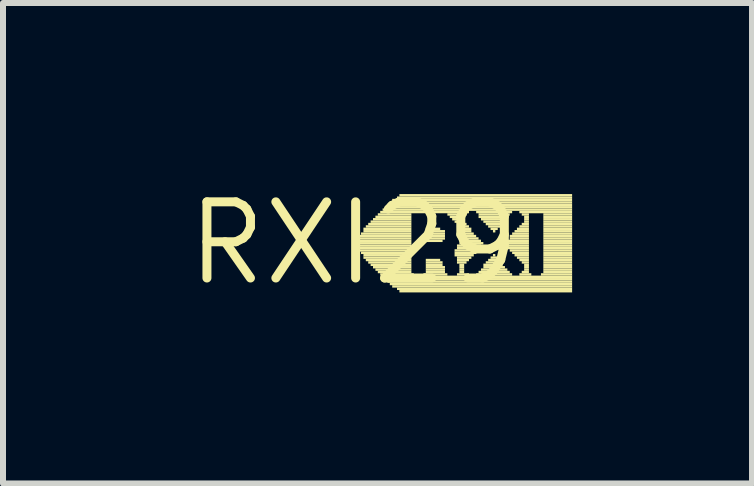
<source format=kicad_pcb>
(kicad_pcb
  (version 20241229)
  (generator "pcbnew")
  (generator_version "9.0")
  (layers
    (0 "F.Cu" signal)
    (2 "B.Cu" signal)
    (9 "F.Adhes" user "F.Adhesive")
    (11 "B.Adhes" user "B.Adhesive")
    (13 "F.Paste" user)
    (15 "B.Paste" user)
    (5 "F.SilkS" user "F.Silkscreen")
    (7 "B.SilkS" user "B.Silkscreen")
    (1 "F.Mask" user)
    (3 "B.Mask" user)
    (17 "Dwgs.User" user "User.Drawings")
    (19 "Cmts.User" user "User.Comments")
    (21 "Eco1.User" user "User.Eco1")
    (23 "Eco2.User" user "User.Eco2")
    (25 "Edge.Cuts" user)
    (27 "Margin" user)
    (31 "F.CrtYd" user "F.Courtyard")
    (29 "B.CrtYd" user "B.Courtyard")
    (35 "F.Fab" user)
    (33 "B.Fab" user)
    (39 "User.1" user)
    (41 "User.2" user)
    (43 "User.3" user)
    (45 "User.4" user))
  (footprint "RXI29"
    (layer "F.Cu")
    (at 2.85 1.006)
    (property "Reference" "RXI29" (at 0 0 0) (layer "F.SilkS") (effects (font (size 1.27 1.27) (thickness 0.15))))
    (attr through_hole)
    (fp_poly (pts (xy 0.08 -0.1) (xy 0.96 -0.1) (xy 0.96 -0.14) (xy 0.08 -0.14)) (stroke (width 0) (type solid)) (fill yes) (layer "F.SilkS"))
    (fp_poly (pts (xy 0.08 -0.06) (xy 0.96 -0.06) (xy 0.96 -0.1) (xy 0.08 -0.1)) (stroke (width 0) (type solid)) (fill yes) (layer "F.SilkS"))
    (fp_poly (pts (xy 0.08 -0.02) (xy 0.96 -0.02) (xy 0.96 -0.06) (xy 0.08 -0.06)) (stroke (width 0) (type solid)) (fill yes) (layer "F.SilkS"))
    (fp_poly (pts (xy 0.08 0.02) (xy 0.96 0.02) (xy 0.96 -0.02) (xy 0.08 -0.02)) (stroke (width 0) (type solid)) (fill yes) (layer "F.SilkS"))
    (fp_poly (pts (xy 0.08 0.06) (xy 0.96 0.06) (xy 0.96 0.02) (xy 0.08 0.02)) (stroke (width 0) (type solid)) (fill yes) (layer "F.SilkS"))
    (fp_poly (pts (xy 0.08 0.1) (xy 0.96 0.1) (xy 0.96 0.06) (xy 0.08 0.06)) (stroke (width 0) (type solid)) (fill yes) (layer "F.SilkS"))
    (fp_poly (pts (xy 0.08 0.14) (xy 0.96 0.14) (xy 0.96 0.1) (xy 0.08 0.1)) (stroke (width 0) (type solid)) (fill yes) (layer "F.SilkS"))
    (fp_poly (pts (xy 0.12 -0.14) (xy 0.96 -0.14) (xy 0.96 -0.18) (xy 0.12 -0.18)) (stroke (width 0) (type solid)) (fill yes) (layer "F.SilkS"))
    (fp_poly (pts (xy 0.12 0.18) (xy 0.96 0.18) (xy 0.96 0.14) (xy 0.12 0.14)) (stroke (width 0) (type solid)) (fill yes) (layer "F.SilkS"))
    (fp_poly (pts (xy 0.16 -0.22) (xy 0.96 -0.22) (xy 0.96 -0.26) (xy 0.16 -0.26)) (stroke (width 0) (type solid)) (fill yes) (layer "F.SilkS"))
    (fp_poly (pts (xy 0.16 -0.18) (xy 0.96 -0.18) (xy 0.96 -0.22) (xy 0.16 -0.22)) (stroke (width 0) (type solid)) (fill yes) (layer "F.SilkS"))
    (fp_poly (pts (xy 0.16 0.22) (xy 0.96 0.22) (xy 0.96 0.18) (xy 0.16 0.18)) (stroke (width 0) (type solid)) (fill yes) (layer "F.SilkS"))
    (fp_poly (pts (xy 0.16 0.26) (xy 0.96 0.26) (xy 0.96 0.22) (xy 0.16 0.22)) (stroke (width 0) (type solid)) (fill yes) (layer "F.SilkS"))
    (fp_poly (pts (xy 0.2 -0.26) (xy 0.96 -0.26) (xy 0.96 -0.3) (xy 0.2 -0.3)) (stroke (width 0) (type solid)) (fill yes) (layer "F.SilkS"))
    (fp_poly (pts (xy 0.2 0.3) (xy 0.96 0.3) (xy 0.96 0.26) (xy 0.2 0.26)) (stroke (width 0) (type solid)) (fill yes) (layer "F.SilkS"))
    (fp_poly (pts (xy 0.24 -0.3) (xy 0.96 -0.3) (xy 0.96 -0.34) (xy 0.24 -0.34)) (stroke (width 0) (type solid)) (fill yes) (layer "F.SilkS"))
    (fp_poly (pts (xy 0.24 0.34) (xy 0.96 0.34) (xy 0.96 0.3) (xy 0.24 0.3)) (stroke (width 0) (type solid)) (fill yes) (layer "F.SilkS"))
    (fp_poly (pts (xy 0.28 -0.34) (xy 0.96 -0.34) (xy 0.96 -0.38) (xy 0.28 -0.38)) (stroke (width 0) (type solid)) (fill yes) (layer "F.SilkS"))
    (fp_poly (pts (xy 0.28 0.38) (xy 0.96 0.38) (xy 0.96 0.34) (xy 0.28 0.34)) (stroke (width 0) (type solid)) (fill yes) (layer "F.SilkS"))
    (fp_poly (pts (xy 0.32 -0.38) (xy 0.96 -0.38) (xy 0.96 -0.42) (xy 0.32 -0.42)) (stroke (width 0) (type solid)) (fill yes) (layer "F.SilkS"))
    (fp_poly (pts (xy 0.32 0.42) (xy 0.96 0.42) (xy 0.96 0.38) (xy 0.32 0.38)) (stroke (width 0) (type solid)) (fill yes) (layer "F.SilkS"))
    (fp_poly (pts (xy 0.36 -0.42) (xy 0.96 -0.42) (xy 0.96 -0.46) (xy 0.36 -0.46)) (stroke (width 0) (type solid)) (fill yes) (layer "F.SilkS"))
    (fp_poly (pts (xy 0.36 0.46) (xy 0.96 0.46) (xy 0.96 0.42) (xy 0.36 0.42)) (stroke (width 0) (type solid)) (fill yes) (layer "F.SilkS"))
    (fp_poly (pts (xy 0.4 -0.46) (xy 0.96 -0.46) (xy 0.96 -0.5) (xy 0.4 -0.5)) (stroke (width 0) (type solid)) (fill yes) (layer "F.SilkS"))
    (fp_poly (pts (xy 0.4 0.5) (xy 0.96 0.5) (xy 0.96 0.46) (xy 0.4 0.46)) (stroke (width 0) (type solid)) (fill yes) (layer "F.SilkS"))
    (fp_poly (pts (xy 0.44 -0.5) (xy 1.92 -0.5) (xy 1.92 -0.54) (xy 0.44 -0.54)) (stroke (width 0) (type solid)) (fill yes) (layer "F.SilkS"))
    (fp_poly (pts (xy 0.44 0.54) (xy 1 0.54) (xy 1 0.5) (xy 0.44 0.5)) (stroke (width 0) (type solid)) (fill yes) (layer "F.SilkS"))
    (fp_poly (pts (xy 0.48 -0.54) (xy 3.64 -0.54) (xy 3.64 -0.58) (xy 0.48 -0.58)) (stroke (width 0) (type solid)) (fill yes) (layer "F.SilkS"))
    (fp_poly (pts (xy 0.48 0.58) (xy 3.64 0.58) (xy 3.64 0.54) (xy 0.48 0.54)) (stroke (width 0) (type solid)) (fill yes) (layer "F.SilkS"))
    (fp_poly (pts (xy 0.52 -0.58) (xy 3.64 -0.58) (xy 3.64 -0.62) (xy 0.52 -0.62)) (stroke (width 0) (type solid)) (fill yes) (layer "F.SilkS"))
    (fp_poly (pts (xy 0.52 0.62) (xy 3.64 0.62) (xy 3.64 0.58) (xy 0.52 0.58)) (stroke (width 0) (type solid)) (fill yes) (layer "F.SilkS"))
    (fp_poly (pts (xy 0.56 -0.62) (xy 3.64 -0.62) (xy 3.64 -0.66) (xy 0.56 -0.66)) (stroke (width 0) (type solid)) (fill yes) (layer "F.SilkS"))
    (fp_poly (pts (xy 0.56 0.66) (xy 3.64 0.66) (xy 3.64 0.62) (xy 0.56 0.62)) (stroke (width 0) (type solid)) (fill yes) (layer "F.SilkS"))
    (fp_poly (pts (xy 0.6 -0.66) (xy 3.64 -0.66) (xy 3.64 -0.7) (xy 0.6 -0.7)) (stroke (width 0) (type solid)) (fill yes) (layer "F.SilkS"))
    (fp_poly (pts (xy 0.6 0.7) (xy 3.64 0.7) (xy 3.64 0.66) (xy 0.6 0.66)) (stroke (width 0) (type solid)) (fill yes) (layer "F.SilkS"))
    (fp_poly (pts (xy 0.64 -0.7) (xy 3.64 -0.7) (xy 3.64 -0.74) (xy 0.64 -0.74)) (stroke (width 0) (type solid)) (fill yes) (layer "F.SilkS"))
    (fp_poly (pts (xy 0.64 0.74) (xy 3.64 0.74) (xy 3.64 0.7) (xy 0.64 0.7)) (stroke (width 0) (type solid)) (fill yes) (layer "F.SilkS"))
    (fp_poly (pts (xy 0.72 -0.74) (xy 3.64 -0.74) (xy 3.64 -0.78) (xy 0.72 -0.78)) (stroke (width 0) (type solid)) (fill yes) (layer "F.SilkS"))
    (fp_poly (pts (xy 0.72 0.78) (xy 3.64 0.78) (xy 3.64 0.74) (xy 0.72 0.74)) (stroke (width 0) (type solid)) (fill yes) (layer "F.SilkS"))
    (fp_poly (pts (xy 0.76 -0.78) (xy 3.64 -0.78) (xy 3.64 -0.82) (xy 0.76 -0.82)) (stroke (width 0) (type solid)) (fill yes) (layer "F.SilkS"))
    (fp_poly (pts (xy 0.76 0.82) (xy 3.64 0.82) (xy 3.64 0.78) (xy 0.76 0.78)) (stroke (width 0) (type solid)) (fill yes) (layer "F.SilkS"))
    (fp_poly (pts (xy 1.16 0.54) (xy 1.56 0.54) (xy 1.56 0.5) (xy 1.16 0.5)) (stroke (width 0) (type solid)) (fill yes) (layer "F.SilkS"))
    (fp_poly (pts (xy 1.2 -0.22) (xy 1.44 -0.22) (xy 1.44 -0.26) (xy 1.2 -0.26)) (stroke (width 0) (type solid)) (fill yes) (layer "F.SilkS"))
    (fp_poly (pts (xy 1.2 -0.18) (xy 1.52 -0.18) (xy 1.52 -0.22) (xy 1.2 -0.22)) (stroke (width 0) (type solid)) (fill yes) (layer "F.SilkS"))
    (fp_poly (pts (xy 1.2 -0.14) (xy 1.52 -0.14) (xy 1.52 -0.18) (xy 1.2 -0.18)) (stroke (width 0) (type solid)) (fill yes) (layer "F.SilkS"))
    (fp_poly (pts (xy 1.2 -0.1) (xy 1.52 -0.1) (xy 1.52 -0.14) (xy 1.2 -0.14)) (stroke (width 0) (type solid)) (fill yes) (layer "F.SilkS"))
    (fp_poly (pts (xy 1.2 -0.06) (xy 1.52 -0.06) (xy 1.52 -0.1) (xy 1.2 -0.1)) (stroke (width 0) (type solid)) (fill yes) (layer "F.SilkS"))
    (fp_poly (pts (xy 1.2 -0.02) (xy 1.48 -0.02) (xy 1.48 -0.06) (xy 1.2 -0.06)) (stroke (width 0) (type solid)) (fill yes) (layer "F.SilkS"))
    (fp_poly (pts (xy 1.2 0.3) (xy 1.44 0.3) (xy 1.44 0.26) (xy 1.2 0.26)) (stroke (width 0) (type solid)) (fill yes) (layer "F.SilkS"))
    (fp_poly (pts (xy 1.2 0.34) (xy 1.48 0.34) (xy 1.48 0.3) (xy 1.2 0.3)) (stroke (width 0) (type solid)) (fill yes) (layer "F.SilkS"))
    (fp_poly (pts (xy 1.2 0.38) (xy 1.48 0.38) (xy 1.48 0.34) (xy 1.2 0.34)) (stroke (width 0) (type solid)) (fill yes) (layer "F.SilkS"))
    (fp_poly (pts (xy 1.2 0.42) (xy 1.52 0.42) (xy 1.52 0.38) (xy 1.2 0.38)) (stroke (width 0) (type solid)) (fill yes) (layer "F.SilkS"))
    (fp_poly (pts (xy 1.2 0.46) (xy 1.52 0.46) (xy 1.52 0.42) (xy 1.2 0.42)) (stroke (width 0) (type solid)) (fill yes) (layer "F.SilkS"))
    (fp_poly (pts (xy 1.2 0.5) (xy 1.52 0.5) (xy 1.52 0.46) (xy 1.2 0.46)) (stroke (width 0) (type solid)) (fill yes) (layer "F.SilkS"))
    (fp_poly (pts (xy 1.56 -0.46) (xy 1.88 -0.46) (xy 1.88 -0.5) (xy 1.56 -0.5)) (stroke (width 0) (type solid)) (fill yes) (layer "F.SilkS"))
    (fp_poly (pts (xy 1.6 -0.42) (xy 1.84 -0.42) (xy 1.84 -0.46) (xy 1.6 -0.46)) (stroke (width 0) (type solid)) (fill yes) (layer "F.SilkS"))
    (fp_poly (pts (xy 1.64 -0.38) (xy 1.84 -0.38) (xy 1.84 -0.42) (xy 1.64 -0.42)) (stroke (width 0) (type solid)) (fill yes) (layer "F.SilkS"))
    (fp_poly (pts (xy 1.68 -0.34) (xy 1.84 -0.34) (xy 1.84 -0.38) (xy 1.68 -0.38)) (stroke (width 0) (type solid)) (fill yes) (layer "F.SilkS"))
    (fp_poly (pts (xy 1.68 0.14) (xy 2.08 0.14) (xy 2.08 0.1) (xy 1.68 0.1)) (stroke (width 0) (type solid)) (fill yes) (layer "F.SilkS"))
    (fp_poly (pts (xy 1.68 0.18) (xy 2.04 0.18) (xy 2.04 0.14) (xy 1.68 0.14)) (stroke (width 0) (type solid)) (fill yes) (layer "F.SilkS"))
    (fp_poly (pts (xy 1.68 0.22) (xy 2 0.22) (xy 2 0.18) (xy 1.68 0.18)) (stroke (width 0) (type solid)) (fill yes) (layer "F.SilkS"))
    (fp_poly (pts (xy 1.72 -0.3) (xy 1.88 -0.3) (xy 1.88 -0.34) (xy 1.72 -0.34)) (stroke (width 0) (type solid)) (fill yes) (layer "F.SilkS"))
    (fp_poly (pts (xy 1.72 -0.26) (xy 1.92 -0.26) (xy 1.92 -0.3) (xy 1.72 -0.3)) (stroke (width 0) (type solid)) (fill yes) (layer "F.SilkS"))
    (fp_poly (pts (xy 1.72 0.06) (xy 2.12 0.06) (xy 2.12 0.02) (xy 1.72 0.02)) (stroke (width 0) (type solid)) (fill yes) (layer "F.SilkS"))
    (fp_poly (pts (xy 1.72 0.1) (xy 2.08 0.1) (xy 2.08 0.06) (xy 1.72 0.06)) (stroke (width 0) (type solid)) (fill yes) (layer "F.SilkS"))
    (fp_poly (pts (xy 1.72 0.26) (xy 1.96 0.26) (xy 1.96 0.22) (xy 1.72 0.22)) (stroke (width 0) (type solid)) (fill yes) (layer "F.SilkS"))
    (fp_poly (pts (xy 1.72 0.3) (xy 1.92 0.3) (xy 1.92 0.26) (xy 1.72 0.26)) (stroke (width 0) (type solid)) (fill yes) (layer "F.SilkS"))
    (fp_poly (pts (xy 1.72 0.34) (xy 1.88 0.34) (xy 1.88 0.3) (xy 1.72 0.3)) (stroke (width 0) (type solid)) (fill yes) (layer "F.SilkS"))
    (fp_poly (pts (xy 1.72 0.54) (xy 1.92 0.54) (xy 1.92 0.5) (xy 1.72 0.5)) (stroke (width 0) (type solid)) (fill yes) (layer "F.SilkS"))
    (fp_poly (pts (xy 1.76 -0.22) (xy 1.96 -0.22) (xy 1.96 -0.26) (xy 1.76 -0.26)) (stroke (width 0) (type solid)) (fill yes) (layer "F.SilkS"))
    (fp_poly (pts (xy 1.76 -0.18) (xy 1.96 -0.18) (xy 1.96 -0.22) (xy 1.76 -0.22)) (stroke (width 0) (type solid)) (fill yes) (layer "F.SilkS"))
    (fp_poly (pts (xy 1.76 -0.14) (xy 2 -0.14) (xy 2 -0.18) (xy 1.76 -0.18)) (stroke (width 0) (type solid)) (fill yes) (layer "F.SilkS"))
    (fp_poly (pts (xy 1.76 -0.1) (xy 2.04 -0.1) (xy 2.04 -0.14) (xy 1.76 -0.14)) (stroke (width 0) (type solid)) (fill yes) (layer "F.SilkS"))
    (fp_poly (pts (xy 1.76 -0.06) (xy 2.08 -0.06) (xy 2.08 -0.1) (xy 1.76 -0.1)) (stroke (width 0) (type solid)) (fill yes) (layer "F.SilkS"))
    (fp_poly (pts (xy 1.76 -0.02) (xy 2.12 -0.02) (xy 2.12 -0.06) (xy 1.76 -0.06)) (stroke (width 0) (type solid)) (fill yes) (layer "F.SilkS"))
    (fp_poly (pts (xy 1.76 0.02) (xy 2.16 0.02) (xy 2.16 -0.02) (xy 1.76 -0.02)) (stroke (width 0) (type solid)) (fill yes) (layer "F.SilkS"))
    (fp_poly (pts (xy 1.76 0.38) (xy 1.84 0.38) (xy 1.84 0.34) (xy 1.76 0.34)) (stroke (width 0) (type solid)) (fill yes) (layer "F.SilkS"))
    (fp_poly (pts (xy 1.76 0.42) (xy 1.84 0.42) (xy 1.84 0.38) (xy 1.76 0.38)) (stroke (width 0) (type solid)) (fill yes) (layer "F.SilkS"))
    (fp_poly (pts (xy 1.76 0.46) (xy 1.84 0.46) (xy 1.84 0.42) (xy 1.76 0.42)) (stroke (width 0) (type solid)) (fill yes) (layer "F.SilkS"))
    (fp_poly (pts (xy 1.76 0.5) (xy 1.84 0.5) (xy 1.84 0.46) (xy 1.76 0.46)) (stroke (width 0) (type solid)) (fill yes) (layer "F.SilkS"))
    (fp_poly (pts (xy 2.04 -0.5) (xy 2.64 -0.5) (xy 2.64 -0.54) (xy 2.04 -0.54)) (stroke (width 0) (type solid)) (fill yes) (layer "F.SilkS"))
    (fp_poly (pts (xy 2.04 0.54) (xy 2.64 0.54) (xy 2.64 0.5) (xy 2.04 0.5)) (stroke (width 0) (type solid)) (fill yes) (layer "F.SilkS"))
    (fp_poly (pts (xy 2.08 -0.46) (xy 2.6 -0.46) (xy 2.6 -0.5) (xy 2.08 -0.5)) (stroke (width 0) (type solid)) (fill yes) (layer "F.SilkS"))
    (fp_poly (pts (xy 2.08 -0.42) (xy 2.56 -0.42) (xy 2.56 -0.46) (xy 2.08 -0.46)) (stroke (width 0) (type solid)) (fill yes) (layer "F.SilkS"))
    (fp_poly (pts (xy 2.08 0.5) (xy 2.6 0.5) (xy 2.6 0.46) (xy 2.08 0.46)) (stroke (width 0) (type solid)) (fill yes) (layer "F.SilkS"))
    (fp_poly (pts (xy 2.12 -0.38) (xy 2.52 -0.38) (xy 2.52 -0.42) (xy 2.12 -0.42)) (stroke (width 0) (type solid)) (fill yes) (layer "F.SilkS"))
    (fp_poly (pts (xy 2.12 0.46) (xy 2.56 0.46) (xy 2.56 0.42) (xy 2.12 0.42)) (stroke (width 0) (type solid)) (fill yes) (layer "F.SilkS"))
    (fp_poly (pts (xy 2.16 -0.34) (xy 2.52 -0.34) (xy 2.52 -0.38) (xy 2.16 -0.38)) (stroke (width 0) (type solid)) (fill yes) (layer "F.SilkS"))
    (fp_poly (pts (xy 2.16 0.38) (xy 2.48 0.38) (xy 2.48 0.34) (xy 2.16 0.34)) (stroke (width 0) (type solid)) (fill yes) (layer "F.SilkS"))
    (fp_poly (pts (xy 2.16 0.42) (xy 2.52 0.42) (xy 2.52 0.38) (xy 2.16 0.38)) (stroke (width 0) (type solid)) (fill yes) (layer "F.SilkS"))
    (fp_poly (pts (xy 2.2 -0.3) (xy 2.48 -0.3) (xy 2.48 -0.34) (xy 2.2 -0.34)) (stroke (width 0) (type solid)) (fill yes) (layer "F.SilkS"))
    (fp_poly (pts (xy 2.2 0.34) (xy 2.44 0.34) (xy 2.44 0.3) (xy 2.2 0.3)) (stroke (width 0) (type solid)) (fill yes) (layer "F.SilkS"))
    (fp_poly (pts (xy 2.24 -0.26) (xy 2.44 -0.26) (xy 2.44 -0.3) (xy 2.24 -0.3)) (stroke (width 0) (type solid)) (fill yes) (layer "F.SilkS"))
    (fp_poly (pts (xy 2.24 0.3) (xy 2.44 0.3) (xy 2.44 0.26) (xy 2.24 0.26)) (stroke (width 0) (type solid)) (fill yes) (layer "F.SilkS"))
    (fp_poly (pts (xy 2.28 -0.22) (xy 2.4 -0.22) (xy 2.4 -0.26) (xy 2.28 -0.26)) (stroke (width 0) (type solid)) (fill yes) (layer "F.SilkS"))
    (fp_poly (pts (xy 2.28 0.26) (xy 2.4 0.26) (xy 2.4 0.22) (xy 2.28 0.22)) (stroke (width 0) (type solid)) (fill yes) (layer "F.SilkS"))
    (fp_poly (pts (xy 2.32 -0.18) (xy 2.36 -0.18) (xy 2.36 -0.22) (xy 2.32 -0.22)) (stroke (width 0) (type solid)) (fill yes) (layer "F.SilkS"))
    (fp_poly (pts (xy 2.32 0.22) (xy 2.36 0.22) (xy 2.36 0.18) (xy 2.32 0.18)) (stroke (width 0) (type solid)) (fill yes) (layer "F.SilkS"))
    (fp_poly (pts (xy 2.52 0.02) (xy 2.92 0.02) (xy 2.92 -0.02) (xy 2.52 -0.02)) (stroke (width 0) (type solid)) (fill yes) (layer "F.SilkS"))
    (fp_poly (pts (xy 2.52 0.06) (xy 2.92 0.06) (xy 2.92 0.02) (xy 2.52 0.02)) (stroke (width 0) (type solid)) (fill yes) (layer "F.SilkS"))
    (fp_poly (pts (xy 2.56 -0.02) (xy 2.92 -0.02) (xy 2.92 -0.06) (xy 2.56 -0.06)) (stroke (width 0) (type solid)) (fill yes) (layer "F.SilkS"))
    (fp_poly (pts (xy 2.56 0.1) (xy 2.92 0.1) (xy 2.92 0.06) (xy 2.56 0.06)) (stroke (width 0) (type solid)) (fill yes) (layer "F.SilkS"))
    (fp_poly (pts (xy 2.6 -0.1) (xy 2.92 -0.1) (xy 2.92 -0.14) (xy 2.6 -0.14)) (stroke (width 0) (type solid)) (fill yes) (layer "F.SilkS"))
    (fp_poly (pts (xy 2.6 -0.06) (xy 2.92 -0.06) (xy 2.92 -0.1) (xy 2.6 -0.1)) (stroke (width 0) (type solid)) (fill yes) (layer "F.SilkS"))
    (fp_poly (pts (xy 2.6 0.14) (xy 2.92 0.14) (xy 2.92 0.1) (xy 2.6 0.1)) (stroke (width 0) (type solid)) (fill yes) (layer "F.SilkS"))
    (fp_poly (pts (xy 2.64 -0.14) (xy 2.92 -0.14) (xy 2.92 -0.18) (xy 2.64 -0.18)) (stroke (width 0) (type solid)) (fill yes) (layer "F.SilkS"))
    (fp_poly (pts (xy 2.64 0.18) (xy 2.92 0.18) (xy 2.92 0.14) (xy 2.64 0.14)) (stroke (width 0) (type solid)) (fill yes) (layer "F.SilkS"))
    (fp_poly (pts (xy 2.68 -0.18) (xy 2.92 -0.18) (xy 2.92 -0.22) (xy 2.68 -0.22)) (stroke (width 0) (type solid)) (fill yes) (layer "F.SilkS"))
    (fp_poly (pts (xy 2.68 0.22) (xy 2.92 0.22) (xy 2.92 0.18) (xy 2.68 0.18)) (stroke (width 0) (type solid)) (fill yes) (layer "F.SilkS"))
    (fp_poly (pts (xy 2.72 -0.22) (xy 2.92 -0.22) (xy 2.92 -0.26) (xy 2.72 -0.26)) (stroke (width 0) (type solid)) (fill yes) (layer "F.SilkS"))
    (fp_poly (pts (xy 2.72 0.26) (xy 2.92 0.26) (xy 2.92 0.22) (xy 2.72 0.22)) (stroke (width 0) (type solid)) (fill yes) (layer "F.SilkS"))
    (fp_poly (pts (xy 2.76 -0.5) (xy 3.64 -0.5) (xy 3.64 -0.54) (xy 2.76 -0.54)) (stroke (width 0) (type solid)) (fill yes) (layer "F.SilkS"))
    (fp_poly (pts (xy 2.76 -0.26) (xy 2.92 -0.26) (xy 2.92 -0.3) (xy 2.76 -0.3)) (stroke (width 0) (type solid)) (fill yes) (layer "F.SilkS"))
    (fp_poly (pts (xy 2.76 0.3) (xy 2.92 0.3) (xy 2.92 0.26) (xy 2.76 0.26)) (stroke (width 0) (type solid)) (fill yes) (layer "F.SilkS"))
    (fp_poly (pts (xy 2.76 0.54) (xy 2.96 0.54) (xy 2.96 0.5) (xy 2.76 0.5)) (stroke (width 0) (type solid)) (fill yes) (layer "F.SilkS"))
    (fp_poly (pts (xy 2.8 -0.46) (xy 2.92 -0.46) (xy 2.92 -0.5) (xy 2.8 -0.5)) (stroke (width 0) (type solid)) (fill yes) (layer "F.SilkS"))
    (fp_poly (pts (xy 2.8 -0.3) (xy 2.92 -0.3) (xy 2.92 -0.34) (xy 2.8 -0.34)) (stroke (width 0) (type solid)) (fill yes) (layer "F.SilkS"))
    (fp_poly (pts (xy 2.8 0.34) (xy 2.92 0.34) (xy 2.92 0.3) (xy 2.8 0.3)) (stroke (width 0) (type solid)) (fill yes) (layer "F.SilkS"))
    (fp_poly (pts (xy 2.8 0.5) (xy 2.92 0.5) (xy 2.92 0.46) (xy 2.8 0.46)) (stroke (width 0) (type solid)) (fill yes) (layer "F.SilkS"))
    (fp_poly (pts (xy 2.84 -0.42) (xy 2.92 -0.42) (xy 2.92 -0.46) (xy 2.84 -0.46)) (stroke (width 0) (type solid)) (fill yes) (layer "F.SilkS"))
    (fp_poly (pts (xy 2.84 -0.38) (xy 2.92 -0.38) (xy 2.92 -0.42) (xy 2.84 -0.42)) (stroke (width 0) (type solid)) (fill yes) (layer "F.SilkS"))
    (fp_poly (pts (xy 2.84 -0.34) (xy 2.92 -0.34) (xy 2.92 -0.38) (xy 2.84 -0.38)) (stroke (width 0) (type solid)) (fill yes) (layer "F.SilkS"))
    (fp_poly (pts (xy 2.84 0.38) (xy 2.92 0.38) (xy 2.92 0.34) (xy 2.84 0.34)) (stroke (width 0) (type solid)) (fill yes) (layer "F.SilkS"))
    (fp_poly (pts (xy 2.84 0.42) (xy 2.92 0.42) (xy 2.92 0.38) (xy 2.84 0.38)) (stroke (width 0) (type solid)) (fill yes) (layer "F.SilkS"))
    (fp_poly (pts (xy 2.84 0.46) (xy 2.92 0.46) (xy 2.92 0.42) (xy 2.84 0.42)) (stroke (width 0) (type solid)) (fill yes) (layer "F.SilkS"))
    (fp_poly (pts (xy 3.12 0.54) (xy 3.64 0.54) (xy 3.64 0.5) (xy 3.12 0.5)) (stroke (width 0) (type solid)) (fill yes) (layer "F.SilkS"))
    (fp_poly (pts (xy 3.16 -0.46) (xy 3.64 -0.46) (xy 3.64 -0.5) (xy 3.16 -0.5)) (stroke (width 0) (type solid)) (fill yes) (layer "F.SilkS"))
    (fp_poly (pts (xy 3.16 -0.42) (xy 3.64 -0.42) (xy 3.64 -0.46) (xy 3.16 -0.46)) (stroke (width 0) (type solid)) (fill yes) (layer "F.SilkS"))
    (fp_poly (pts (xy 3.16 -0.38) (xy 3.64 -0.38) (xy 3.64 -0.42) (xy 3.16 -0.42)) (stroke (width 0) (type solid)) (fill yes) (layer "F.SilkS"))
    (fp_poly (pts (xy 3.16 -0.34) (xy 3.64 -0.34) (xy 3.64 -0.38) (xy 3.16 -0.38)) (stroke (width 0) (type solid)) (fill yes) (layer "F.SilkS"))
    (fp_poly (pts (xy 3.16 -0.3) (xy 3.64 -0.3) (xy 3.64 -0.34) (xy 3.16 -0.34)) (stroke (width 0) (type solid)) (fill yes) (layer "F.SilkS"))
    (fp_poly (pts (xy 3.16 -0.26) (xy 3.64 -0.26) (xy 3.64 -0.3) (xy 3.16 -0.3)) (stroke (width 0) (type solid)) (fill yes) (layer "F.SilkS"))
    (fp_poly (pts (xy 3.16 -0.22) (xy 3.64 -0.22) (xy 3.64 -0.26) (xy 3.16 -0.26)) (stroke (width 0) (type solid)) (fill yes) (layer "F.SilkS"))
    (fp_poly (pts (xy 3.16 -0.18) (xy 3.64 -0.18) (xy 3.64 -0.22) (xy 3.16 -0.22)) (stroke (width 0) (type solid)) (fill yes) (layer "F.SilkS"))
    (fp_poly (pts (xy 3.16 -0.14) (xy 3.64 -0.14) (xy 3.64 -0.18) (xy 3.16 -0.18)) (stroke (width 0) (type solid)) (fill yes) (layer "F.SilkS"))
    (fp_poly (pts (xy 3.16 -0.1) (xy 3.64 -0.1) (xy 3.64 -0.14) (xy 3.16 -0.14)) (stroke (width 0) (type solid)) (fill yes) (layer "F.SilkS"))
    (fp_poly (pts (xy 3.16 -0.06) (xy 3.64 -0.06) (xy 3.64 -0.1) (xy 3.16 -0.1)) (stroke (width 0) (type solid)) (fill yes) (layer "F.SilkS"))
    (fp_poly (pts (xy 3.16 -0.02) (xy 3.64 -0.02) (xy 3.64 -0.06) (xy 3.16 -0.06)) (stroke (width 0) (type solid)) (fill yes) (layer "F.SilkS"))
    (fp_poly (pts (xy 3.16 0.02) (xy 3.64 0.02) (xy 3.64 -0.02) (xy 3.16 -0.02)) (stroke (width 0) (type solid)) (fill yes) (layer "F.SilkS"))
    (fp_poly (pts (xy 3.16 0.06) (xy 3.64 0.06) (xy 3.64 0.02) (xy 3.16 0.02)) (stroke (width 0) (type solid)) (fill yes) (layer "F.SilkS"))
    (fp_poly (pts (xy 3.16 0.1) (xy 3.64 0.1) (xy 3.64 0.06) (xy 3.16 0.06)) (stroke (width 0) (type solid)) (fill yes) (layer "F.SilkS"))
    (fp_poly (pts (xy 3.16 0.14) (xy 3.64 0.14) (xy 3.64 0.1) (xy 3.16 0.1)) (stroke (width 0) (type solid)) (fill yes) (layer "F.SilkS"))
    (fp_poly (pts (xy 3.16 0.18) (xy 3.64 0.18) (xy 3.64 0.14) (xy 3.16 0.14)) (stroke (width 0) (type solid)) (fill yes) (layer "F.SilkS"))
    (fp_poly (pts (xy 3.16 0.22) (xy 3.64 0.22) (xy 3.64 0.18) (xy 3.16 0.18)) (stroke (width 0) (type solid)) (fill yes) (layer "F.SilkS"))
    (fp_poly (pts (xy 3.16 0.26) (xy 3.64 0.26) (xy 3.64 0.22) (xy 3.16 0.22)) (stroke (width 0) (type solid)) (fill yes) (layer "F.SilkS"))
    (fp_poly (pts (xy 3.16 0.3) (xy 3.64 0.3) (xy 3.64 0.26) (xy 3.16 0.26)) (stroke (width 0) (type solid)) (fill yes) (layer "F.SilkS"))
    (fp_poly (pts (xy 3.16 0.34) (xy 3.64 0.34) (xy 3.64 0.3) (xy 3.16 0.3)) (stroke (width 0) (type solid)) (fill yes) (layer "F.SilkS"))
    (fp_poly (pts (xy 3.16 0.38) (xy 3.64 0.38) (xy 3.64 0.34) (xy 3.16 0.34)) (stroke (width 0) (type solid)) (fill yes) (layer "F.SilkS"))
    (fp_poly (pts (xy 3.16 0.42) (xy 3.64 0.42) (xy 3.64 0.38) (xy 3.16 0.38)) (stroke (width 0) (type solid)) (fill yes) (layer "F.SilkS"))
    (fp_poly (pts (xy 3.16 0.46) (xy 3.64 0.46) (xy 3.64 0.42) (xy 3.16 0.42)) (stroke (width 0) (type solid)) (fill yes) (layer "F.SilkS"))
    (fp_poly (pts (xy 3.16 0.5) (xy 3.64 0.5) (xy 3.64 0.46) (xy 3.16 0.46)) (stroke (width 0) (type solid)) (fill yes) (layer "F.SilkS")))
  (gr_rect
    (start -3 -3)
    (end 9.49 5.012)
    (stroke (width 0.1) (type default))
    (fill no)
    (layer "Edge.Cuts")))
</source>
